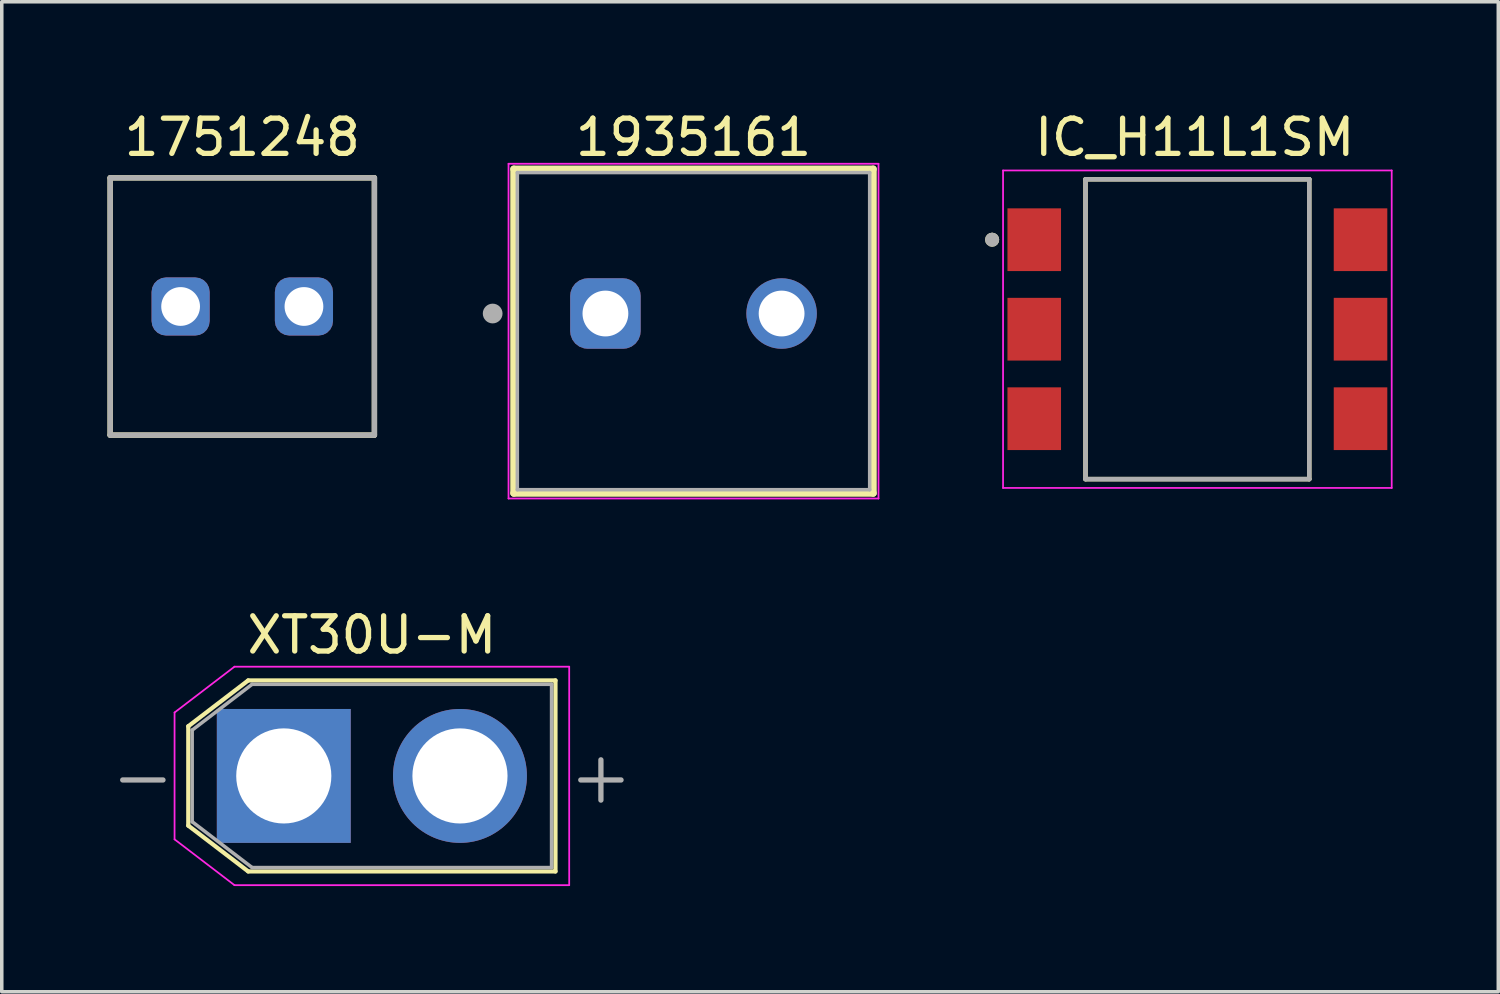
<source format=kicad_pcb>
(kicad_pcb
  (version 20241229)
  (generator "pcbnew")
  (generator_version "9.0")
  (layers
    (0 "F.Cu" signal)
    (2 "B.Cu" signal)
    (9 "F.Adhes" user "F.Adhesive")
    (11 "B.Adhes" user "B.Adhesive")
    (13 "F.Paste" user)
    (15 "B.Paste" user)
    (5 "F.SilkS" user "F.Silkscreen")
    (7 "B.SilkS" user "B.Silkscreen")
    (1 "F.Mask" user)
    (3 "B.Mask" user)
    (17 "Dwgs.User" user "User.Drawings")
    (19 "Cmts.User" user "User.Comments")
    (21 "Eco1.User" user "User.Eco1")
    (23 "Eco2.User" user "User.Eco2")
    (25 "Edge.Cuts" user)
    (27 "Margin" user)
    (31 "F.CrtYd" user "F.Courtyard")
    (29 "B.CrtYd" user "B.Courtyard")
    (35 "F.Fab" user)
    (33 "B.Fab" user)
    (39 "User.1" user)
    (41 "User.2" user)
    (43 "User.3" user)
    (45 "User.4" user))
  (footprint "IC_H11L1SM"
    (layer "F.Cu")
    (at 30.932 6.293)
    (property "Reference" "IC_H11L1SM" (at -0.075 -5.445 0) (layer "F.SilkS") (effects (font (size 1 1) (thickness 0.15))))
    (attr through_hole)
    (fp_line (start -3.175 -4.255) (end -3.175 4.255) (stroke (width 0.127) (type solid)) (layer "F.SilkS"))
    (fp_line (start -3.175 -4.255) (end 3.175 -4.255) (stroke (width 0.127) (type solid)) (layer "F.SilkS"))
    (fp_line (start -3.175 4.255) (end 3.175 4.255) (stroke (width 0.127) (type solid)) (layer "F.SilkS"))
    (fp_line (start 3.175 -4.255) (end 3.175 4.255) (stroke (width 0.127) (type solid)) (layer "F.SilkS"))
    (fp_circle (center -5.825 -2.54) (end -5.725 -2.54) (stroke (width 0.2) (type solid)) (fill no) (layer "F.SilkS"))
    (fp_line (start -5.515 -4.505) (end -5.515 4.505) (stroke (width 0.05) (type solid)) (layer "F.CrtYd"))
    (fp_line (start -5.515 -4.505) (end 5.515 -4.505) (stroke (width 0.05) (type solid)) (layer "F.CrtYd"))
    (fp_line (start -5.515 4.505) (end 5.515 4.505) (stroke (width 0.05) (type solid)) (layer "F.CrtYd"))
    (fp_line (start 5.515 -4.505) (end 5.515 4.505) (stroke (width 0.05) (type solid)) (layer "F.CrtYd"))
    (fp_line (start -3.175 -4.255) (end -3.175 4.255) (stroke (width 0.127) (type solid)) (layer "F.Fab"))
    (fp_line (start -3.175 -4.255) (end 3.175 -4.255) (stroke (width 0.127) (type solid)) (layer "F.Fab"))
    (fp_line (start -3.175 4.255) (end 3.175 4.255) (stroke (width 0.127) (type solid)) (layer "F.Fab"))
    (fp_line (start 3.175 -4.255) (end 3.175 4.255) (stroke (width 0.127) (type solid)) (layer "F.Fab"))
    (fp_circle (center -5.825 -2.54) (end -5.725 -2.54) (stroke (width 0.2) (type solid)) (fill no) (layer "F.Fab"))
    (pad "1" smd rect (at -4.63 -2.54) (size 1.52 1.78) (layers "F.Cu" "F.Mask" "F.Paste"))
    (pad "2" smd rect (at -4.63 0) (size 1.52 1.78) (layers "F.Cu" "F.Mask" "F.Paste"))
    (pad "3" smd rect (at -4.63 2.54) (size 1.52 1.78) (layers "F.Cu" "F.Mask" "F.Paste"))
    (pad "4" smd rect (at 4.63 2.54) (size 1.52 1.78) (layers "F.Cu" "F.Mask" "F.Paste"))
    (pad "5" smd rect (at 4.63 0) (size 1.52 1.78) (layers "F.Cu" "F.Mask" "F.Paste"))
    (pad "6" smd rect (at 4.63 -2.54) (size 1.52 1.78) (layers "F.Cu" "F.Mask" "F.Paste")))
  (footprint "1935161"
    (layer "F.Cu")
    (at 16.632 5.848)
    (property "Reference" "1935161" (at 0 -5 0) (layer "F.SilkS") (effects (font (size 1 1) (thickness 0.15))))
    (attr through_hole)
    (fp_line (start -5.1 -4.1) (end 5.1 -4.1) (stroke (width 0.2) (type solid)) (layer "F.SilkS"))
    (fp_line (start -5.1 5.1) (end -5.1 -4.1) (stroke (width 0.2) (type solid)) (layer "F.SilkS"))
    (fp_line (start 5.1 -4.1) (end 5.1 5.1) (stroke (width 0.2) (type solid)) (layer "F.SilkS"))
    (fp_line (start 5.1 5.1) (end -5.1 5.1) (stroke (width 0.2) (type solid)) (layer "F.SilkS"))
    (fp_line (start -5.25 -4.25) (end 5.25 -4.25) (stroke (width 0.05) (type solid)) (layer "F.CrtYd"))
    (fp_line (start -5.25 5.25) (end -5.25 -4.25) (stroke (width 0.05) (type solid)) (layer "F.CrtYd"))
    (fp_line (start 5.25 -4.25) (end 5.25 5.25) (stroke (width 0.05) (type solid)) (layer "F.CrtYd"))
    (fp_line (start 5.25 5.25) (end -5.25 5.25) (stroke (width 0.05) (type solid)) (layer "F.CrtYd"))
    (fp_line (start -5 -4) (end 5 -4) (stroke (width 0.1) (type solid)) (layer "F.Fab"))
    (fp_line (start -5 5) (end -5 -4) (stroke (width 0.1) (type solid)) (layer "F.Fab"))
    (fp_line (start 5 -4) (end 5 5) (stroke (width 0.1) (type solid)) (layer "F.Fab"))
    (fp_line (start 5 5) (end -5 5) (stroke (width 0.1) (type solid)) (layer "F.Fab"))
    (fp_circle (center -5.7 0) (end -5.56 0) (stroke (width 0.28) (type solid)) (fill no) (layer "F.Fab"))
    (pad "1" thru_hole roundrect (at -2.5 0) (size 2 2) (drill 1.3) (layers "*.Cu" "*.Mask") (roundrect_rratio 0.25))
    (pad "2" thru_hole circle (at 2.5 0) (size 2 2) (drill 1.3) (layers "*.Cu" "*.Mask")))
  (footprint "XT30U-M"
    (layer "F.Cu")
    (at 5.004 18.971)
    (property "Reference" "XT30U-M" (at 2.5 -4 0) (layer "F.SilkS") (effects (font (size 1 1) (thickness 0.15))))
    (attr through_hole)
    (fp_line (start -2.71 -1.41) (end -2.71 1.41) (stroke (width 0.12) (type solid)) (layer "F.SilkS"))
    (fp_line (start -2.71 -1.41) (end -1.01 -2.71) (stroke (width 0.12) (type solid)) (layer "F.SilkS"))
    (fp_line (start -2.71 1.41) (end -1.01 2.71) (stroke (width 0.12) (type solid)) (layer "F.SilkS"))
    (fp_line (start -1.01 -2.71) (end 7.71 -2.71) (stroke (width 0.12) (type solid)) (layer "F.SilkS"))
    (fp_line (start -1.01 2.71) (end 7.71 2.71) (stroke (width 0.12) (type solid)) (layer "F.SilkS"))
    (fp_line (start 7.71 -2.71) (end 7.71 2.71) (stroke (width 0.12) (type solid)) (layer "F.SilkS"))
    (fp_line (start -3.1 -1.8) (end -3.1 1.8) (stroke (width 0.05) (type solid)) (layer "F.CrtYd"))
    (fp_line (start -3.1 -1.8) (end -1.4 -3.1) (stroke (width 0.05) (type solid)) (layer "F.CrtYd"))
    (fp_line (start -3.1 1.8) (end -1.4 3.1) (stroke (width 0.05) (type solid)) (layer "F.CrtYd"))
    (fp_line (start -1.4 -3.1) (end 8.1 -3.1) (stroke (width 0.05) (type solid)) (layer "F.CrtYd"))
    (fp_line (start -1.4 3.1) (end 8.1 3.1) (stroke (width 0.05) (type solid)) (layer "F.CrtYd"))
    (fp_line (start 8.1 -3.1) (end 8.1 3.1) (stroke (width 0.05) (type solid)) (layer "F.CrtYd"))
    (fp_line (start -2.6 -1.3) (end -2.6 1.3) (stroke (width 0.1) (type solid)) (layer "F.Fab"))
    (fp_line (start -2.6 -1.3) (end -0.9 -2.6) (stroke (width 0.1) (type solid)) (layer "F.Fab"))
    (fp_line (start -2.6 1.3) (end -0.9 2.6) (stroke (width 0.1) (type solid)) (layer "F.Fab"))
    (fp_line (start -0.9 -2.6) (end 7.6 -2.6) (stroke (width 0.1) (type solid)) (layer "F.Fab"))
    (fp_line (start -0.9 2.6) (end 7.6 2.6) (stroke (width 0.1) (type solid)) (layer "F.Fab"))
    (fp_line (start 7.6 -2.6) (end 7.6 2.6) (stroke (width 0.1) (type solid)) (layer "F.Fab"))
    (fp_text user "+" (at 9 0 0) (layer "F.Fab") (effects (font (size 1.5 1.5) (thickness 0.15))))
    (fp_text user "-" (at -4 0 0) (layer "F.Fab") (effects (font (size 1.5 1.5) (thickness 0.15))))
    (pad "1" thru_hole circle (at 5 0) (size 3.8 3.8) (drill 2.7) (layers "*.Cu" "*.Mask"))
    (pad "2" thru_hole rect (at 0 0) (size 3.8 3.8) (drill 2.7) (layers "*.Cu" "*.Mask")))
  (footprint "1751248"
    (layer "F.Cu")
    (at 3.826 5.648)
    (property "Reference" "1751248" (at 0 -4.8 180) (layer "F.SilkS") (effects (font (size 1 1) (thickness 0.15))))
    (attr through_hole)
    (fp_line (start -3.75 -3.65) (end -3.75 3.65) (stroke (width 0.152) (type solid)) (layer "F.SilkS"))
    (fp_line (start -3.75 3.65) (end 3.75 3.65) (stroke (width 0.152) (type solid)) (layer "F.SilkS"))
    (fp_line (start 3.75 -3.65) (end -3.75 -3.65) (stroke (width 0.152) (type solid)) (layer "F.SilkS"))
    (fp_line (start 3.75 3.65) (end 3.75 -3.65) (stroke (width 0.152) (type solid)) (layer "F.SilkS"))
    (fp_line (start -3.75 -3.65) (end -3.75 3.65) (stroke (width 0.152) (type solid)) (layer "F.Fab"))
    (fp_line (start -3.75 3.65) (end 3.75 3.65) (stroke (width 0.152) (type solid)) (layer "F.Fab"))
    (fp_line (start 3.75 -3.65) (end -3.75 -3.65) (stroke (width 0.152) (type solid)) (layer "F.Fab"))
    (fp_line (start 3.75 3.65) (end 3.75 -3.65) (stroke (width 0.152) (type solid)) (layer "F.Fab"))
    (pad "1" thru_hole roundrect (at -1.75 0 90) (size 1.65 1.65) (drill 1.1) (layers "*.Cu" "*.Mask") (roundrect_rratio 0.25))
    (pad "2" thru_hole roundrect (at 1.75 0 90) (size 1.65 1.65) (drill 1.1) (layers "*.Cu" "*.Mask") (roundrect_rratio 0.25)))
  (gr_rect
    (start -3 -3)
    (end 39.472 25.096)
    (stroke (width 0.1) (type default))
    (fill no)
    (layer "Edge.Cuts")))
</source>
